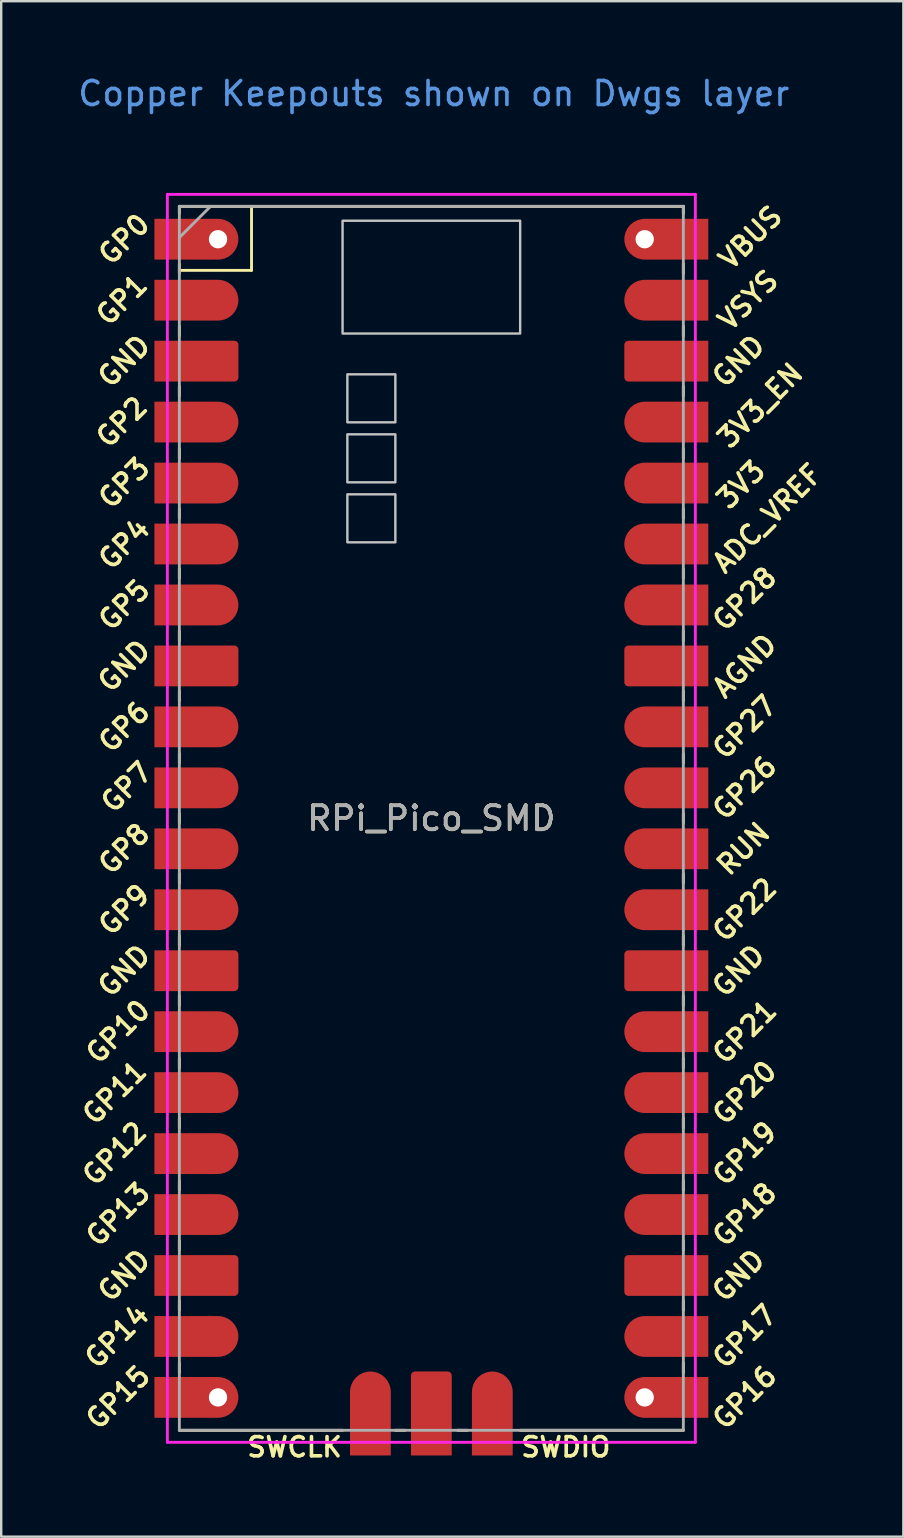
<source format=kicad_pcb>
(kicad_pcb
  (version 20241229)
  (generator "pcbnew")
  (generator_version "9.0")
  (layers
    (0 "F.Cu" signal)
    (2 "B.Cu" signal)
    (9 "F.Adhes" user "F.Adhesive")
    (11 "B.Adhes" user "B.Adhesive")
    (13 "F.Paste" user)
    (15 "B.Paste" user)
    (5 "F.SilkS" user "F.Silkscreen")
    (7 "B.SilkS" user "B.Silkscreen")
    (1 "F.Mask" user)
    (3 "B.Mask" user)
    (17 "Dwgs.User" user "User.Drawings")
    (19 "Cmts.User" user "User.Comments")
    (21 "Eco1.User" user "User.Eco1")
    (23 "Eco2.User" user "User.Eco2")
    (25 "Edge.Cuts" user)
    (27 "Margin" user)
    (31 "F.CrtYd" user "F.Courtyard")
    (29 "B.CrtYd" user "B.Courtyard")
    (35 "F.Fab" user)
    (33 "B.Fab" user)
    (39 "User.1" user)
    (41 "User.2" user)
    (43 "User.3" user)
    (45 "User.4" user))
  (footprint "RPi_Pico_SMD"
    (layer "F.Cu")
    (at 14.924 31.048)
    (property "Reference" "RPi_Pico_SMD" (at 0 0 0) (layer "F.SilkS") (effects (font (size 1 1) (thickness 0.15))))
    (attr through_hole)
    (fp_line (start -10.5 -25.5) (end -10.5 -25.2) (stroke (width 0.12) (type solid)) (layer "F.SilkS"))
    (fp_line (start -10.5 -25.5) (end 10.5 -25.5) (stroke (width 0.12) (type solid)) (layer "F.SilkS"))
    (fp_line (start -10.5 -23.1) (end -10.5 -22.7) (stroke (width 0.12) (type solid)) (layer "F.SilkS"))
    (fp_line (start -10.5 -22.833) (end -7.493 -22.833) (stroke (width 0.12) (type solid)) (layer "F.SilkS"))
    (fp_line (start -10.5 -20.5) (end -10.5 -20.1) (stroke (width 0.12) (type solid)) (layer "F.SilkS"))
    (fp_line (start -10.5 -18) (end -10.5 -17.6) (stroke (width 0.12) (type solid)) (layer "F.SilkS"))
    (fp_line (start -10.5 -15.4) (end -10.5 -15) (stroke (width 0.12) (type solid)) (layer "F.SilkS"))
    (fp_line (start -10.5 -12.9) (end -10.5 -12.5) (stroke (width 0.12) (type solid)) (layer "F.SilkS"))
    (fp_line (start -10.5 -10.4) (end -10.5 -10) (stroke (width 0.12) (type solid)) (layer "F.SilkS"))
    (fp_line (start -10.5 -7.8) (end -10.5 -7.4) (stroke (width 0.12) (type solid)) (layer "F.SilkS"))
    (fp_line (start -10.5 -5.3) (end -10.5 -4.9) (stroke (width 0.12) (type solid)) (layer "F.SilkS"))
    (fp_line (start -10.5 -2.7) (end -10.5 -2.3) (stroke (width 0.12) (type solid)) (layer "F.SilkS"))
    (fp_line (start -10.5 -0.2) (end -10.5 0.2) (stroke (width 0.12) (type solid)) (layer "F.SilkS"))
    (fp_line (start -10.5 2.3) (end -10.5 2.7) (stroke (width 0.12) (type solid)) (layer "F.SilkS"))
    (fp_line (start -10.5 4.9) (end -10.5 5.3) (stroke (width 0.12) (type solid)) (layer "F.SilkS"))
    (fp_line (start -10.5 7.4) (end -10.5 7.8) (stroke (width 0.12) (type solid)) (layer "F.SilkS"))
    (fp_line (start -10.5 10) (end -10.5 10.4) (stroke (width 0.12) (type solid)) (layer "F.SilkS"))
    (fp_line (start -10.5 12.5) (end -10.5 12.9) (stroke (width 0.12) (type solid)) (layer "F.SilkS"))
    (fp_line (start -10.5 15.1) (end -10.5 15.5) (stroke (width 0.12) (type solid)) (layer "F.SilkS"))
    (fp_line (start -10.5 17.6) (end -10.5 18) (stroke (width 0.12) (type solid)) (layer "F.SilkS"))
    (fp_line (start -10.5 20.1) (end -10.5 20.5) (stroke (width 0.12) (type solid)) (layer "F.SilkS"))
    (fp_line (start -10.5 22.7) (end -10.5 23.1) (stroke (width 0.12) (type solid)) (layer "F.SilkS"))
    (fp_line (start -7.493 -22.833) (end -7.493 -25.5) (stroke (width 0.12) (type solid)) (layer "F.SilkS"))
    (fp_line (start -3.7 25.5) (end -10.5 25.5) (stroke (width 0.12) (type solid)) (layer "F.SilkS"))
    (fp_line (start -1.5 25.5) (end -1.1 25.5) (stroke (width 0.12) (type solid)) (layer "F.SilkS"))
    (fp_line (start 1.1 25.5) (end 1.5 25.5) (stroke (width 0.12) (type solid)) (layer "F.SilkS"))
    (fp_line (start 10.5 -25.5) (end 10.5 -25.2) (stroke (width 0.12) (type solid)) (layer "F.SilkS"))
    (fp_line (start 10.5 -23.1) (end 10.5 -22.7) (stroke (width 0.12) (type solid)) (layer "F.SilkS"))
    (fp_line (start 10.5 -20.5) (end 10.5 -20.1) (stroke (width 0.12) (type solid)) (layer "F.SilkS"))
    (fp_line (start 10.5 -18) (end 10.5 -17.6) (stroke (width 0.12) (type solid)) (layer "F.SilkS"))
    (fp_line (start 10.5 -15.4) (end 10.5 -15) (stroke (width 0.12) (type solid)) (layer "F.SilkS"))
    (fp_line (start 10.5 -12.9) (end 10.5 -12.5) (stroke (width 0.12) (type solid)) (layer "F.SilkS"))
    (fp_line (start 10.5 -10.4) (end 10.5 -10) (stroke (width 0.12) (type solid)) (layer "F.SilkS"))
    (fp_line (start 10.5 -7.8) (end 10.5 -7.4) (stroke (width 0.12) (type solid)) (layer "F.SilkS"))
    (fp_line (start 10.5 -5.3) (end 10.5 -4.9) (stroke (width 0.12) (type solid)) (layer "F.SilkS"))
    (fp_line (start 10.5 -2.7) (end 10.5 -2.3) (stroke (width 0.12) (type solid)) (layer "F.SilkS"))
    (fp_line (start 10.5 -0.2) (end 10.5 0.2) (stroke (width 0.12) (type solid)) (layer "F.SilkS"))
    (fp_line (start 10.5 2.3) (end 10.5 2.7) (stroke (width 0.12) (type solid)) (layer "F.SilkS"))
    (fp_line (start 10.5 4.9) (end 10.5 5.3) (stroke (width 0.12) (type solid)) (layer "F.SilkS"))
    (fp_line (start 10.5 7.4) (end 10.5 7.8) (stroke (width 0.12) (type solid)) (layer "F.SilkS"))
    (fp_line (start 10.5 10) (end 10.5 10.4) (stroke (width 0.12) (type solid)) (layer "F.SilkS"))
    (fp_line (start 10.5 12.5) (end 10.5 12.9) (stroke (width 0.12) (type solid)) (layer "F.SilkS"))
    (fp_line (start 10.5 15.1) (end 10.5 15.5) (stroke (width 0.12) (type solid)) (layer "F.SilkS"))
    (fp_line (start 10.5 17.6) (end 10.5 18) (stroke (width 0.12) (type solid)) (layer "F.SilkS"))
    (fp_line (start 10.5 20.1) (end 10.5 20.5) (stroke (width 0.12) (type solid)) (layer "F.SilkS"))
    (fp_line (start 10.5 22.7) (end 10.5 23.1) (stroke (width 0.12) (type solid)) (layer "F.SilkS"))
    (fp_line (start 10.5 25.5) (end 3.7 25.5) (stroke (width 0.12) (type solid)) (layer "F.SilkS"))
    (fp_poly (pts (xy -1.5 -16.5) (xy -3.5 -16.5) (xy -3.5 -18.5) (xy -1.5 -18.5)) (stroke (width 0.1) (type solid)) (fill no) (layer "Dwgs.User"))
    (fp_poly (pts (xy -1.5 -14) (xy -3.5 -14) (xy -3.5 -16) (xy -1.5 -16)) (stroke (width 0.1) (type solid)) (fill no) (layer "Dwgs.User"))
    (fp_poly (pts (xy -1.5 -11.5) (xy -3.5 -11.5) (xy -3.5 -13.5) (xy -1.5 -13.5)) (stroke (width 0.1) (type solid)) (fill no) (layer "Dwgs.User"))
    (fp_poly (pts (xy 3.7 -20.2) (xy -3.7 -20.2) (xy -3.7 -24.9) (xy 3.7 -24.9)) (stroke (width 0.1) (type solid)) (fill no) (layer "Dwgs.User"))
    (fp_line (start -11 -26) (end 11 -26) (stroke (width 0.12) (type solid)) (layer "F.CrtYd"))
    (fp_line (start -11 26) (end -11 -26) (stroke (width 0.12) (type solid)) (layer "F.CrtYd"))
    (fp_line (start 11 -26) (end 11 26) (stroke (width 0.12) (type solid)) (layer "F.CrtYd"))
    (fp_line (start 11 26) (end -11 26) (stroke (width 0.12) (type solid)) (layer "F.CrtYd"))
    (fp_line (start -10.5 -25.5) (end 10.5 -25.5) (stroke (width 0.12) (type solid)) (layer "F.Fab"))
    (fp_line (start -10.5 -24.2) (end -9.2 -25.5) (stroke (width 0.12) (type solid)) (layer "F.Fab"))
    (fp_line (start -10.5 25.5) (end -10.5 -25.5) (stroke (width 0.12) (type solid)) (layer "F.Fab"))
    (fp_line (start 10.5 -25.5) (end 10.5 25.5) (stroke (width 0.12) (type solid)) (layer "F.Fab"))
    (fp_line (start 10.5 25.5) (end -10.5 25.5) (stroke (width 0.12) (type solid)) (layer "F.Fab"))
    (fp_text user "RUN" (at 13 1.27 45) (layer "F.SilkS") (effects (font (size 0.8 0.8) (thickness 0.15))))
    (fp_text user "GND" (at -12.8 19.05 45) (layer "F.SilkS") (effects (font (size 0.8 0.8) (thickness 0.15))))
    (fp_text user "3V3_EN" (at 13.7 -17.2 45) (layer "F.SilkS") (effects (font (size 0.8 0.8) (thickness 0.15))))
    (fp_text user "GP19" (at 13.054 13.97 45) (layer "F.SilkS") (effects (font (size 0.8 0.8) (thickness 0.15))))
    (fp_text user "ADC_VREF" (at 14 -12.5 45) (layer "F.SilkS") (effects (font (size 0.8 0.8) (thickness 0.15))))
    (fp_text user "GP13" (at -13.054 16.51 45) (layer "F.SilkS") (effects (font (size 0.8 0.8) (thickness 0.15))))
    (fp_text user "GP8" (at -12.8 1.27 45) (layer "F.SilkS") (effects (font (size 0.8 0.8) (thickness 0.15))))
    (fp_text user "GP5" (at -12.8 -8.89 45) (layer "F.SilkS") (effects (font (size 0.8 0.8) (thickness 0.15))))
    (fp_text user "GP10" (at -13.054 8.89 45) (layer "F.SilkS") (effects (font (size 0.8 0.8) (thickness 0.15))))
    (fp_text user "GND" (at -12.8 -19.05 45) (layer "F.SilkS") (effects (font (size 0.8 0.8) (thickness 0.15))))
    (fp_text user "SWDIO" (at 5.6 26.2 0) (layer "F.SilkS") (effects (font (size 0.8 0.8) (thickness 0.15))))
    (fp_text user "GND" (at 12.8 -19.05 45) (layer "F.SilkS") (effects (font (size 0.8 0.8) (thickness 0.15))))
    (fp_text user "GP7" (at -12.7 -1.3 45) (layer "F.SilkS") (effects (font (size 0.8 0.8) (thickness 0.15))))
    (fp_text user "GP14" (at -13.1 21.59 45) (layer "F.SilkS") (effects (font (size 0.8 0.8) (thickness 0.15))))
    (fp_text user "GP12" (at -13.2 13.97 45) (layer "F.SilkS") (effects (font (size 0.8 0.8) (thickness 0.15))))
    (fp_text user "GP27" (at 13.054 -3.8 45) (layer "F.SilkS") (effects (font (size 0.8 0.8) (thickness 0.15))))
    (fp_text user "GND" (at 12.8 6.35 45) (layer "F.SilkS") (effects (font (size 0.8 0.8) (thickness 0.15))))
    (fp_text user "AGND" (at 13.054 -6.35 45) (layer "F.SilkS") (effects (font (size 0.8 0.8) (thickness 0.15))))
    (fp_text user "GP11" (at -13.2 11.43 45) (layer "F.SilkS") (effects (font (size 0.8 0.8) (thickness 0.15))))
    (fp_text user "VBUS" (at 13.3 -24.2 45) (layer "F.SilkS") (effects (font (size 0.8 0.8) (thickness 0.15))))
    (fp_text user "GP9" (at -12.8 3.81 45) (layer "F.SilkS") (effects (font (size 0.8 0.8) (thickness 0.15))))
    (fp_text user "GP3" (at -12.8 -13.97 45) (layer "F.SilkS") (effects (font (size 0.8 0.8) (thickness 0.15))))
    (fp_text user "GND" (at -12.8 -6.35 45) (layer "F.SilkS") (effects (font (size 0.8 0.8) (thickness 0.15))))
    (fp_text user "GP17" (at 13.054 21.59 45) (layer "F.SilkS") (effects (font (size 0.8 0.8) (thickness 0.15))))
    (fp_text user "GP4" (at -12.8 -11.43 45) (layer "F.SilkS") (effects (font (size 0.8 0.8) (thickness 0.15))))
    (fp_text user "GP20" (at 13.054 11.43 45) (layer "F.SilkS") (effects (font (size 0.8 0.8) (thickness 0.15))))
    (fp_text user "GP15" (at -13.054 24.13 45) (layer "F.SilkS") (effects (font (size 0.8 0.8) (thickness 0.15))))
    (fp_text user "GP28" (at 13.054 -9.144 45) (layer "F.SilkS") (effects (font (size 0.8 0.8) (thickness 0.15))))
    (fp_text user "GP18" (at 13.054 16.51 45) (layer "F.SilkS") (effects (font (size 0.8 0.8) (thickness 0.15))))
    (fp_text user "GP22" (at 13.054 3.81 45) (layer "F.SilkS") (effects (font (size 0.8 0.8) (thickness 0.15))))
    (fp_text user "GP26" (at 13.054 -1.27 45) (layer "F.SilkS") (effects (font (size 0.8 0.8) (thickness 0.15))))
    (fp_text user "GP16" (at 13.054 24.13 45) (layer "F.SilkS") (effects (font (size 0.8 0.8) (thickness 0.15))))
    (fp_text user "SWCLK" (at -5.7 26.2 0) (layer "F.SilkS") (effects (font (size 0.8 0.8) (thickness 0.15))))
    (fp_text user "GP1" (at -12.9 -21.6 45) (layer "F.SilkS") (effects (font (size 0.8 0.8) (thickness 0.15))))
    (fp_text user "GP21" (at 13.054 8.9 45) (layer "F.SilkS") (effects (font (size 0.8 0.8) (thickness 0.15))))
    (fp_text user "GP6" (at -12.8 -3.81 45) (layer "F.SilkS") (effects (font (size 0.8 0.8) (thickness 0.15))))
    (fp_text user "GND" (at 12.8 19.05 45) (layer "F.SilkS") (effects (font (size 0.8 0.8) (thickness 0.15))))
    (fp_text user "GP2" (at -12.9 -16.51 45) (layer "F.SilkS") (effects (font (size 0.8 0.8) (thickness 0.15))))
    (fp_text user "VSYS" (at 13.2 -21.59 45) (layer "F.SilkS") (effects (font (size 0.8 0.8) (thickness 0.15))))
    (fp_text user "GND" (at -12.8 6.35 45) (layer "F.SilkS") (effects (font (size 0.8 0.8) (thickness 0.15))))
    (fp_text user "3V3" (at 12.9 -13.9 45) (layer "F.SilkS") (effects (font (size 0.8 0.8) (thickness 0.15))))
    (fp_text user "GP0" (at -12.8 -24.13 45) (layer "F.SilkS") (effects (font (size 0.8 0.8) (thickness 0.15))))
    (fp_text user "Copper Keepouts shown on Dwgs layer" (at 0.1 -30.2 0) (layer "Cmts.User") (effects (font (size 1 1) (thickness 0.15))))
    (fp_text user "${REFERENCE}" (at 0 0 180) (layer "F.Fab") (effects (font (size 1 1) (thickness 0.15))))
    (pad "" np_thru_hole circle (at -8.89 -24.13) (size 0.762 0.762) (drill 0.762) (layers "*.Cu" "*.Mask"))
    (pad "" np_thru_hole circle (at -8.89 24.13) (size 0.762 0.762) (drill 0.762) (layers "*.Cu" "*.Mask"))
    (pad "" np_thru_hole circle (at 8.89 -24.13) (size 0.762 0.762) (drill 0.762) (layers "*.Cu" "*.Mask"))
    (pad "" np_thru_hole circle (at 8.89 24.13) (size 0.762 0.762) (drill 0.762) (layers "*.Cu" "*.Mask"))
    (pad "1" smd roundrect (at -8.89 -24.13) (size 3.5 1.7) (drill (offset -0.9 0)) (layers "F.Cu" "F.Mask") (roundrect_rratio 0.5) (chamfer_ratio 0) (chamfer top_left bottom_left))
    (pad "2" smd roundrect (at -8.89 -21.59) (size 3.5 1.7) (drill (offset -0.9 0)) (layers "F.Cu" "F.Mask") (roundrect_rratio 0.5) (chamfer_ratio 0) (chamfer top_left bottom_left))
    (pad "3" smd roundrect (at -8.89 -19.05) (size 3.5 1.7) (drill (offset -0.9 0)) (layers "F.Cu" "F.Mask") (roundrect_rratio 0.1) (chamfer_ratio 0) (chamfer top_left bottom_left))
    (pad "4" smd roundrect (at -8.89 -16.51) (size 3.5 1.7) (drill (offset -0.9 0)) (layers "F.Cu" "F.Mask") (roundrect_rratio 0.5) (chamfer_ratio 0) (chamfer top_left bottom_left))
    (pad "5" smd roundrect (at -8.89 -13.97) (size 3.5 1.7) (drill (offset -0.9 0)) (layers "F.Cu" "F.Mask") (roundrect_rratio 0.5) (chamfer_ratio 0) (chamfer top_left bottom_left))
    (pad "6" smd roundrect (at -8.89 -11.43) (size 3.5 1.7) (drill (offset -0.9 0)) (layers "F.Cu" "F.Mask") (roundrect_rratio 0.5) (chamfer_ratio 0) (chamfer top_left bottom_left))
    (pad "7" smd roundrect (at -8.89 -8.89) (size 3.5 1.7) (drill (offset -0.9 0)) (layers "F.Cu" "F.Mask") (roundrect_rratio 0.5) (chamfer_ratio 0) (chamfer top_left bottom_left))
    (pad "8" smd roundrect (at -8.89 -6.35) (size 3.5 1.7) (drill (offset -0.9 0)) (layers "F.Cu" "F.Mask") (roundrect_rratio 0.1) (chamfer_ratio 0) (chamfer top_left bottom_left))
    (pad "9" smd roundrect (at -8.89 -3.81) (size 3.5 1.7) (drill (offset -0.9 0)) (layers "F.Cu" "F.Mask") (roundrect_rratio 0.5) (chamfer_ratio 0) (chamfer top_left bottom_left))
    (pad "10" smd roundrect (at -8.89 -1.27) (size 3.5 1.7) (drill (offset -0.9 0)) (layers "F.Cu" "F.Mask") (roundrect_rratio 0.5) (chamfer_ratio 0) (chamfer top_left bottom_left))
    (pad "11" smd roundrect (at -8.89 1.27) (size 3.5 1.7) (drill (offset -0.9 0)) (layers "F.Cu" "F.Mask") (roundrect_rratio 0.5) (chamfer_ratio 0) (chamfer top_left bottom_left))
    (pad "12" smd roundrect (at -8.89 3.81) (size 3.5 1.7) (drill (offset -0.9 0)) (layers "F.Cu" "F.Mask") (roundrect_rratio 0.5) (chamfer_ratio 0) (chamfer top_left bottom_left))
    (pad "13" smd roundrect (at -8.89 6.35) (size 3.5 1.7) (drill (offset -0.9 0)) (layers "F.Cu" "F.Mask") (roundrect_rratio 0.1) (chamfer_ratio 0) (chamfer top_left bottom_left))
    (pad "14" smd roundrect (at -8.89 8.89) (size 3.5 1.7) (drill (offset -0.9 0)) (layers "F.Cu" "F.Mask") (roundrect_rratio 0.5) (chamfer_ratio 0) (chamfer top_left bottom_left))
    (pad "15" smd roundrect (at -8.89 11.43) (size 3.5 1.7) (drill (offset -0.9 0)) (layers "F.Cu" "F.Mask") (roundrect_rratio 0.5) (chamfer_ratio 0) (chamfer top_left bottom_left))
    (pad "16" smd roundrect (at -8.89 13.97) (size 3.5 1.7) (drill (offset -0.9 0)) (layers "F.Cu" "F.Mask") (roundrect_rratio 0.5) (chamfer_ratio 0) (chamfer top_left bottom_left))
    (pad "17" smd roundrect (at -8.89 16.51) (size 3.5 1.7) (drill (offset -0.9 0)) (layers "F.Cu" "F.Mask") (roundrect_rratio 0.5) (chamfer_ratio 0) (chamfer top_left bottom_left))
    (pad "18" smd roundrect (at -8.89 19.05) (size 3.5 1.7) (drill (offset -0.9 0)) (layers "F.Cu" "F.Mask") (roundrect_rratio 0.1) (chamfer_ratio 0) (chamfer top_left bottom_left))
    (pad "19" smd roundrect (at -8.89 21.59) (size 3.5 1.7) (drill (offset -0.9 0)) (layers "F.Cu" "F.Mask") (roundrect_rratio 0.5) (chamfer_ratio 0) (chamfer top_left bottom_left))
    (pad "20" smd roundrect (at -8.89 24.13) (size 3.5 1.7) (drill (offset -0.9 0)) (layers "F.Cu" "F.Mask") (roundrect_rratio 0.5) (chamfer_ratio 0) (chamfer top_left bottom_left))
    (pad "21" smd roundrect (at 8.89 24.13) (size 3.5 1.7) (drill (offset 0.9 0)) (layers "F.Cu" "F.Mask") (roundrect_rratio 0.5) (chamfer_ratio 0) (chamfer top_right bottom_right))
    (pad "22" smd roundrect (at 8.89 21.59) (size 3.5 1.7) (drill (offset 0.9 0)) (layers "F.Cu" "F.Mask") (roundrect_rratio 0.5) (chamfer_ratio 0) (chamfer top_right bottom_right))
    (pad "23" smd roundrect (at 8.89 19.05) (size 3.5 1.7) (drill (offset 0.9 0)) (layers "F.Cu" "F.Mask") (roundrect_rratio 0.1) (chamfer_ratio 0) (chamfer top_right bottom_right))
    (pad "24" smd roundrect (at 8.89 16.51) (size 3.5 1.7) (drill (offset 0.9 0)) (layers "F.Cu" "F.Mask") (roundrect_rratio 0.5) (chamfer_ratio 0) (chamfer top_right bottom_right))
    (pad "25" smd roundrect (at 8.89 13.97) (size 3.5 1.7) (drill (offset 0.9 0)) (layers "F.Cu" "F.Mask") (roundrect_rratio 0.5) (chamfer_ratio 0) (chamfer top_right bottom_right))
    (pad "26" smd roundrect (at 8.89 11.43) (size 3.5 1.7) (drill (offset 0.9 0)) (layers "F.Cu" "F.Mask") (roundrect_rratio 0.5) (chamfer_ratio 0) (chamfer top_right bottom_right))
    (pad "27" smd roundrect (at 8.89 8.89) (size 3.5 1.7) (drill (offset 0.9 0)) (layers "F.Cu" "F.Mask") (roundrect_rratio 0.5) (chamfer_ratio 0) (chamfer top_right bottom_right))
    (pad "28" smd roundrect (at 8.89 6.35) (size 3.5 1.7) (drill (offset 0.9 0)) (layers "F.Cu" "F.Mask") (roundrect_rratio 0.1) (chamfer_ratio 0) (chamfer top_right bottom_right))
    (pad "29" smd roundrect (at 8.89 3.81) (size 3.5 1.7) (drill (offset 0.9 0)) (layers "F.Cu" "F.Mask") (roundrect_rratio 0.5) (chamfer_ratio 0) (chamfer top_right bottom_right))
    (pad "30" smd roundrect (at 8.89 1.27) (size 3.5 1.7) (drill (offset 0.9 0)) (layers "F.Cu" "F.Mask") (roundrect_rratio 0.5) (chamfer_ratio 0) (chamfer top_right bottom_right))
    (pad "31" smd roundrect (at 8.89 -1.27) (size 3.5 1.7) (drill (offset 0.9 0)) (layers "F.Cu" "F.Mask") (roundrect_rratio 0.5) (chamfer_ratio 0) (chamfer top_right bottom_right))
    (pad "32" smd roundrect (at 8.89 -3.81) (size 3.5 1.7) (drill (offset 0.9 0)) (layers "F.Cu" "F.Mask") (roundrect_rratio 0.5) (chamfer_ratio 0) (chamfer top_right bottom_right))
    (pad "33" smd roundrect (at 8.89 -6.35) (size 3.5 1.7) (drill (offset 0.9 0)) (layers "F.Cu" "F.Mask") (roundrect_rratio 0.1) (chamfer_ratio 0) (chamfer top_right bottom_right))
    (pad "34" smd roundrect (at 8.89 -8.89) (size 3.5 1.7) (drill (offset 0.9 0)) (layers "F.Cu" "F.Mask") (roundrect_rratio 0.5) (chamfer_ratio 0) (chamfer top_right bottom_right))
    (pad "35" smd roundrect (at 8.89 -11.43) (size 3.5 1.7) (drill (offset 0.9 0)) (layers "F.Cu" "F.Mask") (roundrect_rratio 0.5) (chamfer_ratio 0) (chamfer top_right bottom_right))
    (pad "36" smd roundrect (at 8.89 -13.97) (size 3.5 1.7) (drill (offset 0.9 0)) (layers "F.Cu" "F.Mask") (roundrect_rratio 0.5) (chamfer_ratio 0) (chamfer top_right bottom_right))
    (pad "37" smd roundrect (at 8.89 -16.51) (size 3.5 1.7) (drill (offset 0.9 0)) (layers "F.Cu" "F.Mask") (roundrect_rratio 0.5) (chamfer_ratio 0) (chamfer top_right bottom_right))
    (pad "38" smd roundrect (at 8.89 -19.05) (size 3.5 1.7) (drill (offset 0.9 0)) (layers "F.Cu" "F.Mask") (roundrect_rratio 0.1) (chamfer_ratio 0) (chamfer top_right bottom_right))
    (pad "39" smd roundrect (at 8.89 -21.59) (size 3.5 1.7) (drill (offset 0.9 0)) (layers "F.Cu" "F.Mask") (roundrect_rratio 0.5) (chamfer_ratio 0) (chamfer top_right bottom_right))
    (pad "40" smd roundrect (at 8.89 -24.13) (size 3.5 1.7) (drill (offset 0.9 0)) (layers "F.Cu" "F.Mask") (roundrect_rratio 0.5) (chamfer_ratio 0) (chamfer top_right bottom_right))
    (pad "41" smd roundrect (at -2.54 23.9 90) (size 3.5 1.7) (drill (offset -0.9 0)) (layers "F.Cu" "F.Mask") (roundrect_rratio 0.5) (chamfer_ratio 0) (chamfer top_left bottom_left))
    (pad "42" smd roundrect (at 0 23.9 90) (size 3.5 1.7) (drill (offset -0.9 0)) (layers "F.Cu" "F.Mask") (roundrect_rratio 0.1) (chamfer_ratio 0) (chamfer top_left bottom_left))
    (pad "43" smd roundrect (at 2.54 23.9 90) (size 3.5 1.7) (drill (offset -0.9 0)) (layers "F.Cu" "F.Mask") (roundrect_rratio 0.5) (chamfer_ratio 0) (chamfer top_left bottom_left)))
  (gr_rect
    (start -3 -3)
    (end 34.591 60.98)
    (stroke (width 0.1) (type default))
    (fill no)
    (layer "Edge.Cuts")))
</source>
